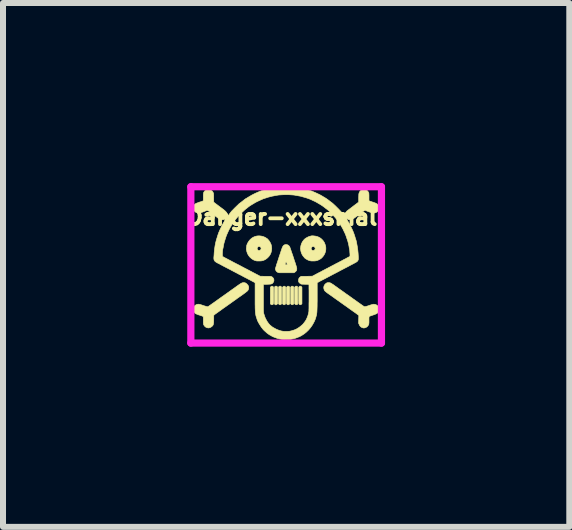
<source format=kicad_pcb>
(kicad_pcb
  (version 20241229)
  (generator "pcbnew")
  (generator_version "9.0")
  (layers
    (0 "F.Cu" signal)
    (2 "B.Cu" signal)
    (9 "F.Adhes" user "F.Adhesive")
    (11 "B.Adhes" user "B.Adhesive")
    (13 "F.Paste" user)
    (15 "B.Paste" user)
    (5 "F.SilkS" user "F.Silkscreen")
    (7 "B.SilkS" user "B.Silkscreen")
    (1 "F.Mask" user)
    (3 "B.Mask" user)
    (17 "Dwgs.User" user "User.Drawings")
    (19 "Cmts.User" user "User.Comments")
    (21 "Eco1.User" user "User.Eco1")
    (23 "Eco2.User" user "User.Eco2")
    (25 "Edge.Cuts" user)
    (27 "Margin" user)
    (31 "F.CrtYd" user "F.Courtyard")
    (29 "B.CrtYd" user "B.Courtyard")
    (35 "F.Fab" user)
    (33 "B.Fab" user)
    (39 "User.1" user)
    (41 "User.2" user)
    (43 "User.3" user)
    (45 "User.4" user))
  (footprint "Danger-xxxsmall"
    (layer "F.Cu")
    (at 1.715 1.33)
    (property "Reference" "Danger-xxxsmall" (at 0 -0.762 0) (layer "F.SilkS") (effects (font (size 0.254 0.254) (thickness 0.064))))
    (attr through_hole)
    (fp_poly (pts (xy -0.094 0.386) (xy -0.086 0.391) (xy -0.085 0.392) (xy -0.076 0.4) (xy -0.076 0.679) (xy -0.084 0.687) (xy -0.095 0.694) (xy -0.105 0.695) (xy -0.116 0.69) (xy -0.119 0.687) (xy -0.127 0.679) (xy -0.127 0.4) (xy -0.118 0.392) (xy -0.11 0.387) (xy -0.103 0.384) (xy -0.101 0.384) (xy -0.094 0.386)) (stroke (width 0.01) (type solid)) (fill yes) (layer "F.SilkS"))
    (fp_poly (pts (xy 0.036 0.385) (xy 0.048 0.39) (xy 0.054 0.395) (xy 0.06 0.404) (xy 0.06 0.678) (xy 0.052 0.687) (xy 0.041 0.694) (xy 0.03 0.696) (xy 0.02 0.692) (xy 0.014 0.686) (xy 0.006 0.677) (xy 0.006 0.405) (xy 0.016 0.394) (xy 0.022 0.388) (xy 0.027 0.385) (xy 0.034 0.385) (xy 0.036 0.385)) (stroke (width 0.01) (type solid)) (fill yes) (layer "F.SilkS"))
    (fp_poly (pts (xy 0.103 0.385) (xy 0.113 0.389) (xy 0.12 0.394) (xy 0.127 0.4) (xy 0.127 0.68) (xy 0.118 0.688) (xy 0.11 0.693) (xy 0.103 0.695) (xy 0.101 0.695) (xy 0.094 0.694) (xy 0.086 0.689) (xy 0.085 0.688) (xy 0.076 0.68) (xy 0.076 0.4) (xy 0.085 0.392) (xy 0.091 0.386) (xy 0.098 0.385) (xy 0.103 0.385)) (stroke (width 0.01) (type solid)) (fill yes) (layer "F.SilkS"))
    (fp_poly (pts (xy 0.237 0.385) (xy 0.238 0.385) (xy 0.25 0.39) (xy 0.256 0.395) (xy 0.263 0.404) (xy 0.263 0.541) (xy 0.263 0.678) (xy 0.254 0.687) (xy 0.244 0.694) (xy 0.234 0.695) (xy 0.223 0.691) (xy 0.216 0.686) (xy 0.212 0.68) (xy 0.211 0.676) (xy 0.21 0.665) (xy 0.21 0.649) (xy 0.209 0.628) (xy 0.209 0.601) (xy 0.209 0.569) (xy 0.209 0.539) (xy 0.209 0.403) (xy 0.218 0.393) (xy 0.224 0.387) (xy 0.23 0.385) (xy 0.237 0.385)) (stroke (width 0.01) (type solid)) (fill yes) (layer "F.SilkS"))
    (fp_poly (pts (xy 0.172 0.385) (xy 0.177 0.386) (xy 0.181 0.387) (xy 0.184 0.388) (xy 0.187 0.391) (xy 0.189 0.396) (xy 0.19 0.402) (xy 0.192 0.412) (xy 0.192 0.424) (xy 0.193 0.44) (xy 0.193 0.461) (xy 0.193 0.486) (xy 0.193 0.516) (xy 0.193 0.542) (xy 0.194 0.683) (xy 0.186 0.689) (xy 0.174 0.695) (xy 0.163 0.694) (xy 0.152 0.688) (xy 0.151 0.687) (xy 0.142 0.678) (xy 0.142 0.402) (xy 0.151 0.392) (xy 0.158 0.387) (xy 0.164 0.385) (xy 0.172 0.385)) (stroke (width 0.01) (type solid)) (fill yes) (layer "F.SilkS"))
    (fp_poly (pts (xy -0.158 0.387) (xy -0.151 0.392) (xy -0.142 0.402) (xy -0.142 0.677) (xy -0.151 0.686) (xy -0.161 0.694) (xy -0.171 0.697) (xy -0.175 0.696) (xy -0.181 0.693) (xy -0.187 0.689) (xy -0.194 0.682) (xy -0.194 0.541) (xy -0.194 0.507) (xy -0.193 0.478) (xy -0.193 0.454) (xy -0.193 0.435) (xy -0.192 0.42) (xy -0.192 0.409) (xy -0.19 0.4) (xy -0.189 0.394) (xy -0.186 0.39) (xy -0.183 0.388) (xy -0.18 0.386) (xy -0.176 0.386) (xy -0.172 0.385) (xy -0.164 0.385) (xy -0.158 0.387)) (stroke (width 0.01) (type solid)) (fill yes) (layer "F.SilkS"))
    (fp_poly (pts (xy -0.029 0.385) (xy -0.021 0.389) (xy -0.013 0.395) (xy -0.013 0.395) (xy -0.006 0.404) (xy -0.006 0.538) (xy -0.006 0.57) (xy -0.006 0.598) (xy -0.006 0.62) (xy -0.007 0.638) (xy -0.007 0.652) (xy -0.007 0.662) (xy -0.008 0.67) (xy -0.009 0.675) (xy -0.01 0.679) (xy -0.011 0.68) (xy -0.018 0.69) (xy -0.028 0.695) (xy -0.039 0.695) (xy -0.049 0.69) (xy -0.053 0.686) (xy -0.06 0.677) (xy -0.06 0.403) (xy -0.049 0.393) (xy -0.042 0.387) (xy -0.035 0.385) (xy -0.029 0.385)) (stroke (width 0.01) (type solid)) (fill yes) (layer "F.SilkS"))
    (fp_poly (pts (xy -0.233 0.385) (xy -0.232 0.385) (xy -0.22 0.39) (xy -0.215 0.396) (xy -0.213 0.398) (xy -0.212 0.401) (xy -0.211 0.404) (xy -0.21 0.409) (xy -0.21 0.416) (xy -0.209 0.426) (xy -0.209 0.439) (xy -0.209 0.455) (xy -0.209 0.476) (xy -0.209 0.502) (xy -0.209 0.533) (xy -0.209 0.538) (xy -0.209 0.572) (xy -0.209 0.6) (xy -0.209 0.623) (xy -0.209 0.642) (xy -0.21 0.657) (xy -0.211 0.668) (xy -0.212 0.676) (xy -0.214 0.682) (xy -0.216 0.686) (xy -0.219 0.689) (xy -0.222 0.691) (xy -0.226 0.693) (xy -0.238 0.695) (xy -0.248 0.693) (xy -0.255 0.687) (xy -0.263 0.679) (xy -0.263 0.403) (xy -0.253 0.393) (xy -0.246 0.387) (xy -0.24 0.385) (xy -0.233 0.385)) (stroke (width 0.01) (type solid)) (fill yes) (layer "F.SilkS"))
    (fp_poly (pts (xy -0.41 -0.448) (xy -0.38 -0.44) (xy -0.351 -0.428) (xy -0.335 -0.418) (xy -0.324 -0.411) (xy -0.315 -0.405) (xy -0.309 -0.4) (xy -0.308 -0.399) (xy -0.284 -0.371) (xy -0.266 -0.342) (xy -0.252 -0.313) (xy -0.244 -0.283) (xy -0.241 -0.25) (xy -0.24 -0.24) (xy -0.244 -0.206) (xy -0.252 -0.172) (xy -0.266 -0.141) (xy -0.285 -0.113) (xy -0.309 -0.087) (xy -0.337 -0.065) (xy -0.342 -0.062) (xy -0.364 -0.05) (xy -0.386 -0.041) (xy -0.41 -0.036) (xy -0.436 -0.034) (xy -0.452 -0.034) (xy -0.467 -0.034) (xy -0.48 -0.034) (xy -0.49 -0.035) (xy -0.494 -0.035) (xy -0.503 -0.038) (xy -0.514 -0.041) (xy -0.526 -0.045) (xy -0.536 -0.049) (xy -0.542 -0.052) (xy -0.543 -0.052) (xy -0.575 -0.072) (xy -0.602 -0.096) (xy -0.624 -0.123) (xy -0.642 -0.154) (xy -0.645 -0.161) (xy -0.655 -0.191) (xy -0.661 -0.224) (xy -0.661 -0.247) (xy -0.482 -0.247) (xy -0.482 -0.234) (xy -0.476 -0.221) (xy -0.473 -0.217) (xy -0.462 -0.21) (xy -0.45 -0.208) (xy -0.438 -0.212) (xy -0.428 -0.219) (xy -0.421 -0.226) (xy -0.418 -0.233) (xy -0.417 -0.242) (xy -0.417 -0.242) (xy -0.42 -0.256) (xy -0.426 -0.266) (xy -0.436 -0.272) (xy -0.447 -0.275) (xy -0.459 -0.274) (xy -0.47 -0.268) (xy -0.477 -0.26) (xy -0.482 -0.247) (xy -0.661 -0.247) (xy -0.661 -0.257) (xy -0.657 -0.288) (xy -0.656 -0.295) (xy -0.647 -0.32) (xy -0.633 -0.346) (xy -0.616 -0.371) (xy -0.597 -0.393) (xy -0.575 -0.412) (xy -0.568 -0.417) (xy -0.554 -0.426) (xy -0.542 -0.432) (xy -0.531 -0.437) (xy -0.517 -0.442) (xy -0.5 -0.447) (xy -0.497 -0.448) (xy -0.47 -0.452) (xy -0.44 -0.452) (xy -0.41 -0.448)) (stroke (width 0.01) (type solid)) (fill yes) (layer "F.SilkS"))
    (fp_poly (pts (xy 0.457 -0.452) (xy 0.458 -0.452) (xy 0.495 -0.447) (xy 0.529 -0.437) (xy 0.56 -0.422) (xy 0.587 -0.402) (xy 0.612 -0.377) (xy 0.632 -0.348) (xy 0.64 -0.333) (xy 0.652 -0.3) (xy 0.66 -0.266) (xy 0.661 -0.232) (xy 0.657 -0.198) (xy 0.647 -0.166) (xy 0.632 -0.135) (xy 0.612 -0.107) (xy 0.605 -0.099) (xy 0.595 -0.089) (xy 0.586 -0.08) (xy 0.579 -0.074) (xy 0.576 -0.072) (xy 0.57 -0.068) (xy 0.56 -0.063) (xy 0.55 -0.057) (xy 0.55 -0.057) (xy 0.528 -0.046) (xy 0.506 -0.039) (xy 0.482 -0.035) (xy 0.454 -0.034) (xy 0.447 -0.034) (xy 0.429 -0.034) (xy 0.415 -0.035) (xy 0.403 -0.037) (xy 0.392 -0.04) (xy 0.389 -0.041) (xy 0.376 -0.045) (xy 0.363 -0.05) (xy 0.355 -0.054) (xy 0.346 -0.059) (xy 0.336 -0.065) (xy 0.325 -0.072) (xy 0.315 -0.079) (xy 0.308 -0.085) (xy 0.303 -0.089) (xy 0.302 -0.09) (xy 0.301 -0.094) (xy 0.296 -0.1) (xy 0.289 -0.108) (xy 0.287 -0.11) (xy 0.278 -0.122) (xy 0.268 -0.138) (xy 0.26 -0.153) (xy 0.248 -0.186) (xy 0.241 -0.22) (xy 0.24 -0.241) (xy 0.417 -0.241) (xy 0.418 -0.231) (xy 0.421 -0.224) (xy 0.426 -0.218) (xy 0.427 -0.217) (xy 0.435 -0.211) (xy 0.443 -0.209) (xy 0.45 -0.209) (xy 0.459 -0.209) (xy 0.466 -0.213) (xy 0.474 -0.219) (xy 0.482 -0.231) (xy 0.484 -0.243) (xy 0.48 -0.256) (xy 0.479 -0.257) (xy 0.471 -0.268) (xy 0.46 -0.274) (xy 0.447 -0.275) (xy 0.435 -0.271) (xy 0.424 -0.263) (xy 0.423 -0.262) (xy 0.419 -0.253) (xy 0.417 -0.241) (xy 0.24 -0.241) (xy 0.24 -0.254) (xy 0.245 -0.288) (xy 0.255 -0.321) (xy 0.27 -0.352) (xy 0.291 -0.381) (xy 0.308 -0.399) (xy 0.323 -0.411) (xy 0.343 -0.423) (xy 0.364 -0.434) (xy 0.386 -0.443) (xy 0.394 -0.445) (xy 0.409 -0.449) (xy 0.42 -0.452) (xy 0.43 -0.453) (xy 0.442 -0.453) (xy 0.457 -0.452)) (stroke (width 0.01) (type solid)) (fill yes) (layer "F.SilkS"))
    (fp_poly (pts (xy 0.014 -0.306) (xy 0.03 -0.3) (xy 0.045 -0.289) (xy 0.057 -0.274) (xy 0.061 -0.266) (xy 0.063 -0.261) (xy 0.067 -0.25) (xy 0.072 -0.235) (xy 0.079 -0.216) (xy 0.086 -0.193) (xy 0.095 -0.168) (xy 0.105 -0.14) (xy 0.115 -0.11) (xy 0.122 -0.089) (xy 0.133 -0.054) (xy 0.143 -0.024) (xy 0.152 0.001) (xy 0.158 0.022) (xy 0.164 0.039) (xy 0.168 0.053) (xy 0.171 0.064) (xy 0.174 0.073) (xy 0.175 0.081) (xy 0.176 0.087) (xy 0.177 0.092) (xy 0.177 0.096) (xy 0.176 0.108) (xy 0.175 0.116) (xy 0.173 0.123) (xy 0.168 0.13) (xy 0.16 0.14) (xy 0.149 0.149) (xy 0.144 0.153) (xy 0.129 0.162) (xy 0.009 0.162) (xy -0.017 0.162) (xy -0.042 0.162) (xy -0.065 0.162) (xy -0.085 0.162) (xy -0.101 0.162) (xy -0.112 0.162) (xy -0.119 0.161) (xy -0.119 0.161) (xy -0.138 0.156) (xy -0.154 0.146) (xy -0.167 0.132) (xy -0.175 0.116) (xy -0.179 0.098) (xy -0.179 0.096) (xy -0.178 0.091) (xy -0.175 0.081) (xy -0.171 0.066) (xy -0.165 0.048) (xy -0.159 0.026) (xy -0.018 0.026) (xy -0.015 0.029) (xy -0.007 0.03) (xy -0.001 0.03) (xy 0.01 0.03) (xy 0.016 0.028) (xy 0.017 0.026) (xy 0.017 0.022) (xy 0.015 0.013) (xy 0.011 0.003) (xy 0.008 -0.006) (xy 0.004 -0.014) (xy 0.001 -0.019) (xy 0 -0.02) (xy -0.002 -0.017) (xy -0.006 -0.01) (xy -0.01 -0.001) (xy -0.014 0.009) (xy -0.016 0.018) (xy -0.018 0.025) (xy -0.018 0.026) (xy -0.159 0.026) (xy -0.159 0.026) (xy -0.151 0.002) (xy -0.142 -0.025) (xy -0.133 -0.052) (xy -0.124 -0.081) (xy -0.115 -0.109) (xy -0.105 -0.138) (xy -0.096 -0.165) (xy -0.088 -0.19) (xy -0.08 -0.214) (xy -0.073 -0.234) (xy -0.067 -0.251) (xy -0.062 -0.263) (xy -0.059 -0.271) (xy -0.058 -0.271) (xy -0.048 -0.287) (xy -0.035 -0.299) (xy -0.019 -0.306) (xy -0.002 -0.308) (xy 0.014 -0.306)) (stroke (width 0.01) (type solid)) (fill yes) (layer "F.SilkS"))
    (fp_poly (pts (xy 1.318 -1.223) (xy 1.337 -1.216) (xy 1.353 -1.203) (xy 1.367 -1.185) (xy 1.371 -1.177) (xy 1.374 -1.172) (xy 1.376 -1.167) (xy 1.377 -1.161) (xy 1.378 -1.154) (xy 1.378 -1.145) (xy 1.379 -1.131) (xy 1.379 -1.114) (xy 1.379 -1.099) (xy 1.379 -1.037) (xy 1.389 -1.033) (xy 1.395 -1.03) (xy 1.406 -1.026) (xy 1.42 -1.022) (xy 1.436 -1.016) (xy 1.447 -1.013) (xy 1.464 -1.007) (xy 1.481 -1.001) (xy 1.495 -0.995) (xy 1.505 -0.991) (xy 1.509 -0.988) (xy 1.525 -0.975) (xy 1.537 -0.959) (xy 1.544 -0.94) (xy 1.547 -0.919) (xy 1.546 -0.899) (xy 1.539 -0.88) (xy 1.531 -0.868) (xy 1.519 -0.856) (xy 1.506 -0.846) (xy 1.495 -0.84) (xy 1.486 -0.837) (xy 1.473 -0.834) (xy 1.464 -0.833) (xy 1.456 -0.833) (xy 1.449 -0.832) (xy 1.442 -0.833) (xy 1.434 -0.835) (xy 1.423 -0.838) (xy 1.408 -0.843) (xy 1.392 -0.848) (xy 1.376 -0.854) (xy 1.36 -0.86) (xy 1.348 -0.864) (xy 1.339 -0.868) (xy 1.336 -0.87) (xy 1.33 -0.873) (xy 1.321 -0.876) (xy 1.319 -0.876) (xy 1.314 -0.876) (xy 1.31 -0.876) (xy 1.305 -0.874) (xy 1.298 -0.87) (xy 1.289 -0.863) (xy 1.276 -0.854) (xy 1.27 -0.849) (xy 1.256 -0.839) (xy 1.244 -0.83) (xy 1.234 -0.823) (xy 1.227 -0.818) (xy 1.226 -0.816) (xy 1.217 -0.81) (xy 1.206 -0.802) (xy 1.192 -0.791) (xy 1.177 -0.78) (xy 1.163 -0.77) (xy 1.151 -0.76) (xy 1.146 -0.757) (xy 1.124 -0.741) (xy 1.103 -0.73) (xy 1.082 -0.723) (xy 1.069 -0.722) (xy 1.057 -0.721) (xy 1.046 -0.722) (xy 1.039 -0.723) (xy 1.03 -0.727) (xy 1.019 -0.734) (xy 1.009 -0.743) (xy 1.003 -0.748) (xy 0.999 -0.754) (xy 0.993 -0.764) (xy 0.99 -0.77) (xy 0.986 -0.778) (xy 0.984 -0.784) (xy 0.983 -0.791) (xy 0.984 -0.8) (xy 0.985 -0.807) (xy 0.99 -0.829) (xy 0.997 -0.846) (xy 1.007 -0.86) (xy 1.011 -0.865) (xy 1.016 -0.869) (xy 1.025 -0.876) (xy 1.038 -0.886) (xy 1.054 -0.898) (xy 1.072 -0.912) (xy 1.092 -0.927) (xy 1.113 -0.943) (xy 1.115 -0.945) (xy 1.208 -1.015) (xy 1.208 -1.08) (xy 1.208 -1.099) (xy 1.209 -1.118) (xy 1.209 -1.134) (xy 1.21 -1.146) (xy 1.211 -1.154) (xy 1.211 -1.155) (xy 1.219 -1.178) (xy 1.231 -1.197) (xy 1.247 -1.211) (xy 1.266 -1.221) (xy 1.288 -1.225) (xy 1.296 -1.226) (xy 1.318 -1.223)) (stroke (width 0.01) (type solid)) (fill yes) (layer "F.SilkS"))
    (fp_poly (pts (xy -1.273 -1.223) (xy -1.252 -1.214) (xy -1.238 -1.204) (xy -1.229 -1.195) (xy -1.221 -1.183) (xy -1.214 -1.171) (xy -1.209 -1.16) (xy -1.209 -1.159) (xy -1.209 -1.153) (xy -1.208 -1.141) (xy -1.207 -1.126) (xy -1.207 -1.108) (xy -1.207 -1.088) (xy -1.207 -1.081) (xy -1.206 -1.014) (xy -1.189 -1) (xy -1.18 -0.993) (xy -1.168 -0.984) (xy -1.153 -0.973) (xy -1.139 -0.962) (xy -1.137 -0.961) (xy -1.123 -0.95) (xy -1.108 -0.939) (xy -1.095 -0.929) (xy -1.085 -0.922) (xy -1.084 -0.921) (xy -1.073 -0.913) (xy -1.06 -0.903) (xy -1.046 -0.893) (xy -1.041 -0.889) (xy -1.022 -0.873) (xy -1.006 -0.858) (xy -0.994 -0.843) (xy -0.986 -0.829) (xy -0.986 -0.827) (xy -0.983 -0.814) (xy -0.983 -0.798) (xy -0.986 -0.781) (xy -0.99 -0.768) (xy -0.99 -0.767) (xy -1 -0.752) (xy -1.012 -0.74) (xy -1.027 -0.729) (xy -1.042 -0.722) (xy -1.056 -0.72) (xy -1.056 -0.72) (xy -1.065 -0.721) (xy -1.076 -0.722) (xy -1.081 -0.723) (xy -1.099 -0.727) (xy -1.117 -0.736) (xy -1.136 -0.749) (xy -1.146 -0.757) (xy -1.158 -0.766) (xy -1.17 -0.775) (xy -1.17 -0.775) (xy -1.183 -0.784) (xy -1.197 -0.795) (xy -1.208 -0.803) (xy -1.233 -0.822) (xy -1.254 -0.838) (xy -1.271 -0.85) (xy -1.284 -0.86) (xy -1.295 -0.868) (xy -1.303 -0.873) (xy -1.31 -0.875) (xy -1.316 -0.877) (xy -1.321 -0.876) (xy -1.326 -0.875) (xy -1.331 -0.873) (xy -1.337 -0.869) (xy -1.338 -0.869) (xy -1.346 -0.866) (xy -1.358 -0.861) (xy -1.373 -0.855) (xy -1.39 -0.849) (xy -1.398 -0.846) (xy -1.416 -0.841) (xy -1.429 -0.837) (xy -1.439 -0.834) (xy -1.447 -0.833) (xy -1.454 -0.832) (xy -1.461 -0.833) (xy -1.463 -0.833) (xy -1.484 -0.837) (xy -1.502 -0.843) (xy -1.517 -0.854) (xy -1.52 -0.857) (xy -1.533 -0.87) (xy -1.541 -0.884) (xy -1.545 -0.899) (xy -1.547 -0.917) (xy -1.547 -0.918) (xy -1.546 -0.931) (xy -1.545 -0.941) (xy -1.542 -0.95) (xy -1.539 -0.957) (xy -1.533 -0.967) (xy -1.526 -0.975) (xy -1.517 -0.983) (xy -1.505 -0.99) (xy -1.49 -0.997) (xy -1.471 -1.004) (xy -1.447 -1.013) (xy -1.444 -1.014) (xy -1.426 -1.019) (xy -1.41 -1.025) (xy -1.397 -1.029) (xy -1.388 -1.033) (xy -1.383 -1.035) (xy -1.383 -1.035) (xy -1.381 -1.038) (xy -1.38 -1.044) (xy -1.379 -1.055) (xy -1.379 -1.07) (xy -1.379 -1.09) (xy -1.379 -1.099) (xy -1.379 -1.121) (xy -1.379 -1.137) (xy -1.378 -1.149) (xy -1.377 -1.158) (xy -1.376 -1.165) (xy -1.375 -1.17) (xy -1.373 -1.175) (xy -1.361 -1.195) (xy -1.346 -1.21) (xy -1.327 -1.22) (xy -1.306 -1.225) (xy -1.296 -1.226) (xy -1.273 -1.223)) (stroke (width 0.01) (type solid)) (fill yes) (layer "F.SilkS"))
    (fp_poly (pts (xy 0.716 0.327) (xy 0.73 0.329) (xy 0.738 0.332) (xy 0.746 0.336) (xy 0.758 0.343) (xy 0.771 0.352) (xy 0.786 0.361) (xy 0.8 0.371) (xy 0.806 0.376) (xy 0.817 0.384) (xy 0.832 0.394) (xy 0.849 0.406) (xy 0.867 0.42) (xy 0.886 0.433) (xy 0.904 0.446) (xy 0.919 0.456) (xy 0.93 0.464) (xy 0.942 0.473) (xy 0.954 0.481) (xy 0.963 0.487) (xy 0.966 0.49) (xy 0.973 0.495) (xy 0.983 0.502) (xy 0.995 0.511) (xy 1.002 0.516) (xy 1.014 0.524) (xy 1.029 0.534) (xy 1.046 0.546) (xy 1.063 0.558) (xy 1.07 0.564) (xy 1.086 0.575) (xy 1.1 0.585) (xy 1.113 0.595) (xy 1.124 0.602) (xy 1.128 0.605) (xy 1.14 0.613) (xy 1.152 0.622) (xy 1.162 0.629) (xy 1.169 0.634) (xy 1.172 0.637) (xy 1.18 0.642) (xy 1.19 0.649) (xy 1.197 0.655) (xy 1.21 0.663) (xy 1.225 0.674) (xy 1.242 0.686) (xy 1.258 0.697) (xy 1.26 0.699) (xy 1.274 0.709) (xy 1.287 0.717) (xy 1.297 0.723) (xy 1.304 0.727) (xy 1.306 0.728) (xy 1.312 0.727) (xy 1.324 0.724) (xy 1.341 0.72) (xy 1.363 0.713) (xy 1.378 0.708) (xy 1.402 0.7) (xy 1.422 0.694) (xy 1.437 0.69) (xy 1.448 0.687) (xy 1.457 0.686) (xy 1.459 0.686) (xy 1.482 0.689) (xy 1.503 0.697) (xy 1.522 0.71) (xy 1.536 0.727) (xy 1.54 0.733) (xy 1.544 0.745) (xy 1.546 0.761) (xy 1.547 0.777) (xy 1.545 0.793) (xy 1.542 0.805) (xy 1.541 0.807) (xy 1.534 0.818) (xy 1.527 0.827) (xy 1.519 0.834) (xy 1.509 0.841) (xy 1.495 0.848) (xy 1.478 0.855) (xy 1.456 0.863) (xy 1.438 0.869) (xy 1.421 0.875) (xy 1.406 0.88) (xy 1.394 0.885) (xy 1.386 0.888) (xy 1.383 0.889) (xy 1.381 0.892) (xy 1.38 0.897) (xy 1.38 0.906) (xy 1.379 0.919) (xy 1.379 0.937) (xy 1.379 0.953) (xy 1.379 0.974) (xy 1.379 0.989) (xy 1.378 1.001) (xy 1.377 1.01) (xy 1.376 1.016) (xy 1.375 1.022) (xy 1.372 1.028) (xy 1.372 1.029) (xy 1.36 1.048) (xy 1.344 1.064) (xy 1.324 1.075) (xy 1.32 1.076) (xy 1.306 1.08) (xy 1.296 1.082) (xy 1.287 1.081) (xy 1.277 1.079) (xy 1.275 1.078) (xy 1.254 1.07) (xy 1.238 1.058) (xy 1.225 1.042) (xy 1.216 1.023) (xy 1.206 1.001) (xy 1.208 0.936) (xy 1.21 0.872) (xy 1.197 0.862) (xy 1.188 0.856) (xy 1.176 0.847) (xy 1.16 0.835) (xy 1.142 0.822) (xy 1.123 0.809) (xy 1.103 0.795) (xy 1.084 0.781) (xy 1.067 0.769) (xy 1.058 0.763) (xy 1.046 0.754) (xy 1.034 0.746) (xy 1.026 0.74) (xy 1.021 0.736) (xy 1.02 0.735) (xy 1.017 0.733) (xy 1.009 0.727) (xy 0.999 0.721) (xy 0.993 0.716) (xy 0.983 0.709) (xy 0.974 0.703) (xy 0.968 0.699) (xy 0.966 0.698) (xy 0.961 0.694) (xy 0.953 0.688) (xy 0.942 0.68) (xy 0.929 0.671) (xy 0.916 0.662) (xy 0.905 0.653) (xy 0.895 0.647) (xy 0.887 0.641) (xy 0.875 0.632) (xy 0.86 0.622) (xy 0.843 0.61) (xy 0.825 0.597) (xy 0.813 0.589) (xy 0.793 0.574) (xy 0.772 0.559) (xy 0.751 0.544) (xy 0.731 0.53) (xy 0.715 0.519) (xy 0.709 0.515) (xy 0.688 0.5) (xy 0.671 0.487) (xy 0.658 0.476) (xy 0.648 0.468) (xy 0.642 0.46) (xy 0.637 0.453) (xy 0.636 0.451) (xy 0.628 0.428) (xy 0.626 0.405) (xy 0.63 0.384) (xy 0.639 0.365) (xy 0.653 0.348) (xy 0.672 0.334) (xy 0.676 0.331) (xy 0.687 0.328) (xy 0.701 0.327) (xy 0.716 0.327)) (stroke (width 0.01) (type solid)) (fill yes) (layer "F.SilkS"))
    (fp_poly (pts (xy -0.691 0.328) (xy -0.679 0.331) (xy -0.667 0.338) (xy -0.654 0.349) (xy -0.651 0.352) (xy -0.635 0.37) (xy -0.626 0.389) (xy -0.623 0.408) (xy -0.625 0.428) (xy -0.63 0.442) (xy -0.632 0.447) (xy -0.635 0.452) (xy -0.638 0.457) (xy -0.642 0.462) (xy -0.648 0.467) (xy -0.655 0.474) (xy -0.665 0.481) (xy -0.677 0.491) (xy -0.692 0.502) (xy -0.711 0.516) (xy -0.733 0.532) (xy -0.76 0.551) (xy -0.779 0.564) (xy -0.795 0.575) (xy -0.815 0.589) (xy -0.837 0.606) (xy -0.862 0.623) (xy -0.887 0.641) (xy -0.911 0.658) (xy -0.925 0.668) (xy -0.938 0.678) (xy -0.95 0.686) (xy -0.96 0.693) (xy -0.966 0.697) (xy -0.967 0.698) (xy -0.972 0.701) (xy -0.98 0.707) (xy -0.99 0.714) (xy -0.993 0.717) (xy -1.004 0.724) (xy -1.013 0.73) (xy -1.019 0.735) (xy -1.02 0.736) (xy -1.024 0.739) (xy -1.033 0.744) (xy -1.044 0.752) (xy -1.057 0.762) (xy -1.062 0.765) (xy -1.077 0.776) (xy -1.096 0.79) (xy -1.116 0.804) (xy -1.134 0.817) (xy -1.14 0.821) (xy -1.155 0.832) (xy -1.169 0.842) (xy -1.182 0.851) (xy -1.191 0.858) (xy -1.195 0.861) (xy -1.206 0.872) (xy -1.206 0.936) (xy -1.207 0.963) (xy -1.207 0.985) (xy -1.209 1.002) (xy -1.211 1.016) (xy -1.215 1.028) (xy -1.219 1.037) (xy -1.225 1.045) (xy -1.233 1.053) (xy -1.253 1.068) (xy -1.272 1.077) (xy -1.292 1.081) (xy -1.313 1.078) (xy -1.321 1.076) (xy -1.341 1.066) (xy -1.358 1.051) (xy -1.371 1.032) (xy -1.372 1.03) (xy -1.374 1.024) (xy -1.376 1.019) (xy -1.377 1.013) (xy -1.378 1.005) (xy -1.379 0.995) (xy -1.379 0.98) (xy -1.379 0.961) (xy -1.379 0.954) (xy -1.379 0.932) (xy -1.379 0.915) (xy -1.38 0.903) (xy -1.381 0.896) (xy -1.382 0.891) (xy -1.383 0.889) (xy -1.387 0.887) (xy -1.396 0.884) (xy -1.408 0.879) (xy -1.424 0.874) (xy -1.438 0.869) (xy -1.461 0.862) (xy -1.478 0.855) (xy -1.492 0.85) (xy -1.502 0.846) (xy -1.51 0.841) (xy -1.516 0.837) (xy -1.521 0.832) (xy -1.524 0.83) (xy -1.535 0.817) (xy -1.542 0.805) (xy -1.545 0.792) (xy -1.547 0.777) (xy -1.547 0.773) (xy -1.546 0.757) (xy -1.544 0.746) (xy -1.541 0.736) (xy -1.54 0.735) (xy -1.528 0.717) (xy -1.512 0.702) (xy -1.493 0.692) (xy -1.485 0.689) (xy -1.475 0.687) (xy -1.466 0.686) (xy -1.456 0.686) (xy -1.445 0.688) (xy -1.431 0.691) (xy -1.414 0.696) (xy -1.393 0.703) (xy -1.379 0.708) (xy -1.353 0.716) (xy -1.333 0.722) (xy -1.318 0.726) (xy -1.308 0.728) (xy -1.306 0.728) (xy -1.3 0.725) (xy -1.291 0.72) (xy -1.28 0.712) (xy -1.266 0.703) (xy -1.257 0.696) (xy -1.241 0.685) (xy -1.226 0.674) (xy -1.211 0.664) (xy -1.2 0.656) (xy -1.196 0.653) (xy -1.184 0.645) (xy -1.176 0.639) (xy -1.169 0.634) (xy -1.161 0.629) (xy -1.155 0.624) (xy -1.147 0.618) (xy -1.137 0.611) (xy -1.124 0.602) (xy -1.117 0.597) (xy -1.106 0.589) (xy -1.091 0.578) (xy -1.074 0.566) (xy -1.057 0.554) (xy -1.049 0.549) (xy -1.033 0.537) (xy -1.016 0.525) (xy -1 0.514) (xy -0.986 0.504) (xy -0.981 0.5) (xy -0.968 0.491) (xy -0.955 0.482) (xy -0.943 0.473) (xy -0.939 0.47) (xy -0.929 0.463) (xy -0.916 0.454) (xy -0.903 0.444) (xy -0.897 0.44) (xy -0.885 0.432) (xy -0.869 0.421) (xy -0.853 0.409) (xy -0.836 0.397) (xy -0.831 0.393) (xy -0.807 0.376) (xy -0.787 0.362) (xy -0.77 0.351) (xy -0.757 0.342) (xy -0.746 0.336) (xy -0.736 0.332) (xy -0.728 0.329) (xy -0.72 0.327) (xy -0.711 0.327) (xy -0.706 0.327) (xy -0.691 0.328)) (stroke (width 0.01) (type solid)) (fill yes) (layer "F.SilkS"))
    (fp_poly (pts (xy 0.025 -1.274) (xy 0.051 -1.274) (xy 0.064 -1.273) (xy 0.085 -1.272) (xy 0.106 -1.271) (xy 0.124 -1.27) (xy 0.138 -1.269) (xy 0.148 -1.268) (xy 0.153 -1.267) (xy 0.16 -1.266) (xy 0.171 -1.263) (xy 0.184 -1.261) (xy 0.192 -1.26) (xy 0.227 -1.254) (xy 0.257 -1.248) (xy 0.284 -1.242) (xy 0.309 -1.235) (xy 0.333 -1.228) (xy 0.354 -1.222) (xy 0.36 -1.22) (xy 0.37 -1.217) (xy 0.383 -1.213) (xy 0.393 -1.209) (xy 0.409 -1.204) (xy 0.426 -1.198) (xy 0.441 -1.192) (xy 0.447 -1.189) (xy 0.457 -1.185) (xy 0.465 -1.181) (xy 0.47 -1.179) (xy 0.47 -1.179) (xy 0.474 -1.178) (xy 0.481 -1.175) (xy 0.492 -1.17) (xy 0.506 -1.163) (xy 0.521 -1.156) (xy 0.537 -1.149) (xy 0.54 -1.147) (xy 0.555 -1.14) (xy 0.569 -1.133) (xy 0.582 -1.125) (xy 0.597 -1.117) (xy 0.615 -1.106) (xy 0.621 -1.102) (xy 0.634 -1.095) (xy 0.645 -1.088) (xy 0.655 -1.082) (xy 0.657 -1.081) (xy 0.664 -1.077) (xy 0.676 -1.068) (xy 0.692 -1.057) (xy 0.713 -1.041) (xy 0.737 -1.022) (xy 0.767 -1) (xy 0.772 -0.996) (xy 0.78 -0.989) (xy 0.792 -0.978) (xy 0.806 -0.965) (xy 0.822 -0.95) (xy 0.839 -0.933) (xy 0.856 -0.916) (xy 0.872 -0.9) (xy 0.887 -0.884) (xy 0.9 -0.87) (xy 0.91 -0.859) (xy 0.916 -0.853) (xy 0.931 -0.834) (xy 0.943 -0.818) (xy 0.953 -0.806) (xy 0.959 -0.798) (xy 0.962 -0.795) (xy 0.967 -0.789) (xy 0.975 -0.778) (xy 0.984 -0.764) (xy 0.995 -0.747) (xy 1.008 -0.729) (xy 1.02 -0.709) (xy 1.032 -0.689) (xy 1.044 -0.67) (xy 1.054 -0.652) (xy 1.062 -0.637) (xy 1.068 -0.625) (xy 1.082 -0.597) (xy 1.094 -0.572) (xy 1.103 -0.552) (xy 1.111 -0.534) (xy 1.118 -0.517) (xy 1.124 -0.501) (xy 1.13 -0.485) (xy 1.136 -0.467) (xy 1.142 -0.448) (xy 1.145 -0.44) (xy 1.15 -0.422) (xy 1.155 -0.406) (xy 1.159 -0.393) (xy 1.163 -0.383) (xy 1.164 -0.378) (xy 1.166 -0.371) (xy 1.169 -0.36) (xy 1.17 -0.352) (xy 1.173 -0.34) (xy 1.175 -0.328) (xy 1.176 -0.322) (xy 1.186 -0.267) (xy 1.193 -0.215) (xy 1.198 -0.167) (xy 1.201 -0.12) (xy 1.202 -0.093) (xy 1.202 -0.076) (xy 1.202 -0.065) (xy 1.201 -0.057) (xy 1.199 -0.051) (xy 1.197 -0.046) (xy 1.194 -0.04) (xy 1.194 -0.04) (xy 1.189 -0.033) (xy 1.183 -0.027) (xy 1.175 -0.02) (xy 1.165 -0.014) (xy 1.152 -0.006) (xy 1.134 0.003) (xy 1.126 0.008) (xy 1.11 0.016) (xy 1.093 0.025) (xy 1.077 0.033) (xy 1.064 0.04) (xy 1.063 0.041) (xy 1.016 0.066) (xy 0.965 0.092) (xy 0.939 0.106) (xy 0.923 0.114) (xy 0.908 0.122) (xy 0.894 0.129) (xy 0.884 0.135) (xy 0.881 0.136) (xy 0.873 0.141) (xy 0.861 0.147) (xy 0.846 0.155) (xy 0.831 0.163) (xy 0.827 0.165) (xy 0.796 0.181) (xy 0.767 0.196) (xy 0.741 0.21) (xy 0.718 0.222) (xy 0.701 0.231) (xy 0.697 0.233) (xy 0.686 0.239) (xy 0.672 0.246) (xy 0.656 0.255) (xy 0.639 0.263) (xy 0.637 0.265) (xy 0.607 0.28) (xy 0.582 0.293) (xy 0.562 0.303) (xy 0.547 0.312) (xy 0.536 0.318) (xy 0.528 0.322) (xy 0.525 0.324) (xy 0.517 0.33) (xy 0.517 0.534) (xy 0.517 0.587) (xy 0.517 0.634) (xy 0.516 0.676) (xy 0.516 0.713) (xy 0.515 0.746) (xy 0.514 0.774) (xy 0.513 0.798) (xy 0.512 0.818) (xy 0.51 0.835) (xy 0.508 0.849) (xy 0.506 0.861) (xy 0.505 0.866) (xy 0.498 0.892) (xy 0.492 0.913) (xy 0.486 0.932) (xy 0.479 0.949) (xy 0.472 0.966) (xy 0.463 0.984) (xy 0.463 0.985) (xy 0.436 1.033) (xy 0.406 1.076) (xy 0.372 1.116) (xy 0.351 1.136) (xy 0.338 1.149) (xy 0.324 1.16) (xy 0.312 1.17) (xy 0.302 1.178) (xy 0.299 1.18) (xy 0.281 1.192) (xy 0.267 1.201) (xy 0.256 1.207) (xy 0.247 1.213) (xy 0.24 1.217) (xy 0.233 1.22) (xy 0.229 1.222) (xy 0.22 1.227) (xy 0.213 1.23) (xy 0.21 1.231) (xy 0.206 1.232) (xy 0.199 1.235) (xy 0.196 1.236) (xy 0.176 1.244) (xy 0.157 1.251) (xy 0.138 1.257) (xy 0.116 1.262) (xy 0.09 1.267) (xy 0.077 1.27) (xy 0.069 1.271) (xy 0.056 1.272) (xy 0.04 1.273) (xy 0.022 1.273) (xy 0.003 1.274) (xy -0.014 1.274) (xy -0.03 1.275) (xy -0.041 1.274) (xy -0.047 1.274) (xy -0.065 1.272) (xy -0.085 1.268) (xy -0.104 1.265) (xy -0.123 1.261) (xy -0.139 1.257) (xy -0.152 1.253) (xy -0.157 1.251) (xy -0.164 1.248) (xy -0.172 1.245) (xy -0.181 1.242) (xy -0.194 1.237) (xy -0.197 1.236) (xy -0.215 1.229) (xy -0.234 1.22) (xy -0.251 1.21) (xy -0.257 1.206) (xy -0.264 1.202) (xy -0.267 1.2) (xy -0.267 1.2) (xy -0.272 1.199) (xy -0.279 1.194) (xy -0.29 1.187) (xy -0.301 1.179) (xy -0.313 1.17) (xy -0.324 1.162) (xy -0.33 1.156) (xy -0.341 1.146) (xy -0.352 1.136) (xy -0.362 1.128) (xy -0.363 1.126) (xy -0.379 1.111) (xy -0.395 1.091) (xy -0.413 1.068) (xy -0.43 1.042) (xy -0.446 1.016) (xy -0.461 0.991) (xy -0.473 0.967) (xy -0.482 0.945) (xy -0.484 0.939) (xy -0.488 0.926) (xy -0.492 0.913) (xy -0.495 0.904) (xy -0.498 0.895) (xy -0.5 0.888) (xy -0.501 0.886) (xy -0.504 0.874) (xy -0.506 0.862) (xy -0.508 0.85) (xy -0.51 0.838) (xy -0.512 0.824) (xy -0.513 0.808) (xy -0.514 0.79) (xy -0.515 0.77) (xy -0.516 0.746) (xy -0.516 0.719) (xy -0.517 0.688) (xy -0.517 0.652) (xy -0.517 0.612) (xy -0.517 0.566) (xy -0.517 0.55) (xy -0.517 0.33) (xy -0.525 0.324) (xy -0.53 0.321) (xy -0.537 0.317) (xy -0.547 0.312) (xy -0.56 0.305) (xy -0.577 0.296) (xy -0.599 0.284) (xy -0.625 0.271) (xy -0.649 0.258) (xy -0.664 0.25) (xy -0.679 0.243) (xy -0.692 0.236) (xy -0.701 0.231) (xy -0.703 0.23) (xy -0.709 0.227) (xy -0.716 0.223) (xy -0.726 0.218) (xy -0.738 0.211) (xy -0.753 0.203) (xy -0.772 0.194) (xy -0.795 0.182) (xy -0.822 0.167) (xy -0.833 0.162) (xy -0.849 0.153) (xy -0.865 0.145) (xy -0.879 0.138) (xy -0.889 0.132) (xy -0.894 0.13) (xy -0.902 0.126) (xy -0.914 0.119) (xy -0.929 0.111) (xy -0.944 0.103) (xy -0.948 0.101) (xy -0.985 0.082) (xy -1.016 0.066) (xy -1.043 0.052) (xy -1.064 0.041) (xy -1.072 0.036) (xy -1.083 0.031) (xy -1.097 0.023) (xy -1.113 0.014) (xy -1.13 0.006) (xy -1.132 0.005) (xy -1.153 -0.006) (xy -1.169 -0.016) (xy -1.18 -0.024) (xy -1.189 -0.033) (xy -1.195 -0.041) (xy -1.198 -0.047) (xy -1.2 -0.054) (xy -1.202 -0.06) (xy -1.203 -0.067) (xy -1.204 -0.077) (xy -1.204 -0.089) (xy -1.203 -0.106) (xy -1.202 -0.11) (xy -1.2 -0.139) (xy -1.062 -0.139) (xy -1.062 -0.126) (xy -1.062 -0.117) (xy -1.061 -0.112) (xy -1.057 -0.109) (xy -1.049 -0.104) (xy -1.038 -0.097) (xy -1.025 -0.09) (xy -1.023 -0.089) (xy -1.005 -0.08) (xy -0.986 -0.07) (xy -0.967 -0.06) (xy -0.956 -0.054) (xy -0.944 -0.048) (xy -0.931 -0.041) (xy -0.917 -0.034) (xy -0.901 -0.025) (xy -0.882 -0.015) (xy -0.859 -0.003) (xy -0.832 0.011) (xy -0.81 0.022) (xy -0.794 0.03) (xy -0.777 0.039) (xy -0.762 0.047) (xy -0.751 0.053) (xy -0.744 0.057) (xy -0.737 0.061) (xy -0.728 0.065) (xy -0.719 0.07) (xy -0.707 0.076) (xy -0.693 0.084) (xy -0.675 0.093) (xy -0.653 0.104) (xy -0.627 0.118) (xy -0.618 0.122) (xy -0.603 0.131) (xy -0.588 0.138) (xy -0.575 0.145) (xy -0.566 0.15) (xy -0.564 0.151) (xy -0.557 0.155) (xy -0.545 0.161) (xy -0.53 0.169) (xy -0.513 0.178) (xy -0.496 0.187) (xy -0.494 0.188) (xy -0.478 0.196) (xy -0.463 0.204) (xy -0.45 0.211) (xy -0.441 0.215) (xy -0.437 0.218) (xy -0.437 0.218) (xy -0.433 0.219) (xy -0.424 0.22) (xy -0.41 0.22) (xy -0.393 0.22) (xy -0.373 0.221) (xy -0.351 0.221) (xy -0.345 0.221) (xy -0.318 0.221) (xy -0.295 0.221) (xy -0.277 0.221) (xy -0.263 0.222) (xy -0.252 0.224) (xy -0.244 0.226) (xy -0.237 0.23) (xy -0.231 0.234) (xy -0.225 0.239) (xy -0.22 0.244) (xy -0.209 0.26) (xy -0.204 0.277) (xy -0.204 0.295) (xy -0.209 0.313) (xy -0.22 0.329) (xy -0.226 0.336) (xy -0.232 0.342) (xy -0.239 0.346) (xy -0.248 0.348) (xy -0.259 0.351) (xy -0.273 0.352) (xy -0.292 0.353) (xy -0.316 0.354) (xy -0.379 0.355) (xy -0.379 0.584) (xy -0.379 0.627) (xy -0.379 0.665) (xy -0.379 0.697) (xy -0.379 0.725) (xy -0.379 0.749) (xy -0.379 0.769) (xy -0.378 0.786) (xy -0.378 0.8) (xy -0.377 0.812) (xy -0.376 0.823) (xy -0.374 0.832) (xy -0.373 0.84) (xy -0.371 0.848) (xy -0.368 0.856) (xy -0.365 0.865) (xy -0.362 0.875) (xy -0.362 0.875) (xy -0.358 0.887) (xy -0.354 0.898) (xy -0.35 0.909) (xy -0.344 0.921) (xy -0.337 0.935) (xy -0.328 0.953) (xy -0.324 0.96) (xy -0.317 0.972) (xy -0.308 0.985) (xy -0.298 0.999) (xy -0.288 1.012) (xy -0.278 1.023) (xy -0.271 1.031) (xy -0.269 1.033) (xy -0.263 1.038) (xy -0.254 1.045) (xy -0.246 1.052) (xy -0.235 1.061) (xy -0.222 1.07) (xy -0.21 1.077) (xy -0.197 1.084) (xy -0.184 1.091) (xy -0.174 1.097) (xy -0.161 1.103) (xy -0.145 1.11) (xy -0.127 1.117) (xy -0.11 1.123) (xy -0.095 1.127) (xy -0.094 1.128) (xy -0.072 1.133) (xy -0.054 1.136) (xy -0.038 1.138) (xy -0.021 1.139) (xy -0.003 1.139) (xy 0.011 1.139) (xy 0.027 1.138) (xy 0.043 1.137) (xy 0.055 1.136) (xy 0.063 1.135) (xy 0.065 1.135) (xy 0.073 1.132) (xy 0.084 1.13) (xy 0.092 1.128) (xy 0.105 1.124) (xy 0.122 1.119) (xy 0.139 1.113) (xy 0.155 1.107) (xy 0.163 1.103) (xy 0.182 1.093) (xy 0.203 1.08) (xy 0.225 1.065) (xy 0.245 1.049) (xy 0.264 1.033) (xy 0.28 1.018) (xy 0.291 1.004) (xy 0.291 1.004) (xy 0.3 0.993) (xy 0.309 0.981) (xy 0.312 0.977) (xy 0.326 0.957) (xy 0.339 0.933) (xy 0.351 0.905) (xy 0.362 0.876) (xy 0.37 0.848) (xy 0.376 0.82) (xy 0.378 0.807) (xy 0.379 0.8) (xy 0.379 0.788) (xy 0.379 0.772) (xy 0.38 0.751) (xy 0.38 0.727) (xy 0.38 0.701) (xy 0.38 0.672) (xy 0.381 0.641) (xy 0.381 0.61) (xy 0.381 0.577) (xy 0.381 0.545) (xy 0.381 0.514) (xy 0.381 0.484) (xy 0.381 0.456) (xy 0.38 0.43) (xy 0.38 0.407) (xy 0.38 0.388) (xy 0.38 0.372) (xy 0.379 0.362) (xy 0.379 0.356) (xy 0.379 0.356) (xy 0.375 0.355) (xy 0.366 0.355) (xy 0.354 0.354) (xy 0.338 0.354) (xy 0.319 0.354) (xy 0.316 0.354) (xy 0.297 0.353) (xy 0.28 0.353) (xy 0.265 0.352) (xy 0.254 0.351) (xy 0.248 0.35) (xy 0.248 0.35) (xy 0.237 0.343) (xy 0.225 0.334) (xy 0.215 0.324) (xy 0.21 0.316) (xy 0.207 0.307) (xy 0.206 0.295) (xy 0.206 0.283) (xy 0.209 0.265) (xy 0.215 0.251) (xy 0.225 0.239) (xy 0.237 0.23) (xy 0.249 0.222) (xy 0.343 0.221) (xy 0.437 0.219) (xy 0.454 0.21) (xy 0.463 0.205) (xy 0.476 0.198) (xy 0.491 0.19) (xy 0.506 0.182) (xy 0.538 0.165) (xy 0.566 0.151) (xy 0.589 0.139) (xy 0.608 0.128) (xy 0.624 0.12) (xy 0.637 0.113) (xy 0.649 0.107) (xy 0.665 0.098) (xy 0.684 0.089) (xy 0.706 0.077) (xy 0.733 0.063) (xy 0.765 0.046) (xy 0.768 0.044) (xy 0.783 0.037) (xy 0.797 0.029) (xy 0.81 0.023) (xy 0.818 0.018) (xy 0.825 0.014) (xy 0.837 0.008) (xy 0.852 0.000374) (xy 0.869 -0.008) (xy 0.886 -0.017) (xy 0.887 -0.018) (xy 0.904 -0.027) (xy 0.919 -0.034) (xy 0.931 -0.041) (xy 0.94 -0.046) (xy 0.945 -0.048) (xy 0.945 -0.048) (xy 0.948 -0.05) (xy 0.956 -0.055) (xy 0.968 -0.061) (xy 0.983 -0.068) (xy 0.999 -0.077) (xy 1.002 -0.079) (xy 1.019 -0.088) (xy 1.034 -0.096) (xy 1.047 -0.102) (xy 1.056 -0.108) (xy 1.061 -0.111) (xy 1.061 -0.111) (xy 1.062 -0.113) (xy 1.063 -0.118) (xy 1.063 -0.125) (xy 1.063 -0.136) (xy 1.063 -0.151) (xy 1.061 -0.17) (xy 1.06 -0.188) (xy 1.059 -0.203) (xy 1.058 -0.216) (xy 1.057 -0.224) (xy 1.057 -0.227) (xy 1.055 -0.231) (xy 1.053 -0.239) (xy 1.051 -0.25) (xy 1.049 -0.261) (xy 1.048 -0.269) (xy 1.045 -0.286) (xy 1.041 -0.305) (xy 1.037 -0.325) (xy 1.032 -0.343) (xy 1.028 -0.358) (xy 1.027 -0.363) (xy 1.023 -0.375) (xy 1.018 -0.39) (xy 1.012 -0.407) (xy 1.006 -0.425) (xy 1.006 -0.426) (xy 1.001 -0.44) (xy 0.997 -0.452) (xy 0.993 -0.463) (xy 0.988 -0.474) (xy 0.983 -0.487) (xy 0.976 -0.503) (xy 0.967 -0.521) (xy 0.956 -0.544) (xy 0.953 -0.552) (xy 0.945 -0.567) (xy 0.935 -0.586) (xy 0.923 -0.606) (xy 0.91 -0.628) (xy 0.898 -0.649) (xy 0.886 -0.668) (xy 0.876 -0.683) (xy 0.871 -0.689) (xy 0.855 -0.711) (xy 0.836 -0.734) (xy 0.816 -0.758) (xy 0.794 -0.782) (xy 0.773 -0.806) (xy 0.751 -0.829) (xy 0.731 -0.85) (xy 0.712 -0.868) (xy 0.696 -0.882) (xy 0.689 -0.888) (xy 0.677 -0.897) (xy 0.663 -0.907) (xy 0.653 -0.915) (xy 0.629 -0.934) (xy 0.608 -0.949) (xy 0.589 -0.962) (xy 0.572 -0.973) (xy 0.556 -0.982) (xy 0.555 -0.983) (xy 0.542 -0.99) (xy 0.529 -0.998) (xy 0.52 -1.003) (xy 0.511 -1.009) (xy 0.497 -1.016) (xy 0.483 -1.024) (xy 0.472 -1.029) (xy 0.458 -1.035) (xy 0.446 -1.041) (xy 0.436 -1.045) (xy 0.431 -1.048) (xy 0.408 -1.059) (xy 0.385 -1.068) (xy 0.36 -1.077) (xy 0.333 -1.086) (xy 0.313 -1.092) (xy 0.298 -1.096) (xy 0.284 -1.1) (xy 0.273 -1.103) (xy 0.268 -1.105) (xy 0.258 -1.108) (xy 0.247 -1.111) (xy 0.233 -1.114) (xy 0.215 -1.117) (xy 0.197 -1.12) (xy 0.182 -1.123) (xy 0.168 -1.125) (xy 0.157 -1.127) (xy 0.154 -1.128) (xy 0.132 -1.132) (xy 0.106 -1.134) (xy 0.076 -1.136) (xy 0.043 -1.138) (xy 0.008 -1.138) (xy -0.027 -1.138) (xy -0.061 -1.137) (xy -0.093 -1.135) (xy -0.123 -1.133) (xy -0.148 -1.129) (xy -0.156 -1.128) (xy -0.164 -1.126) (xy -0.177 -1.124) (xy -0.193 -1.121) (xy -0.21 -1.117) (xy -0.219 -1.116) (xy -0.238 -1.112) (xy -0.258 -1.107) (xy -0.277 -1.102) (xy -0.293 -1.098) (xy -0.297 -1.097) (xy -0.313 -1.092) (xy -0.33 -1.086) (xy -0.345 -1.081) (xy -0.351 -1.08) (xy -0.361 -1.076) (xy -0.371 -1.073) (xy -0.38 -1.07) (xy -0.39 -1.066) (xy -0.402 -1.06) (xy -0.417 -1.054) (xy -0.434 -1.046) (xy -0.456 -1.036) (xy -0.48 -1.025) (xy -0.494 -1.018) (xy -0.511 -1.009) (xy -0.526 -1) (xy -0.528 -0.999) (xy -0.539 -0.992) (xy -0.548 -0.986) (xy -0.555 -0.983) (xy -0.556 -0.982) (xy -0.563 -0.978) (xy -0.57 -0.974) (xy -0.574 -0.971) (xy -0.575 -0.971) (xy -0.578 -0.968) (xy -0.585 -0.965) (xy -0.587 -0.963) (xy -0.596 -0.958) (xy -0.609 -0.949) (xy -0.623 -0.939) (xy -0.637 -0.928) (xy -0.64 -0.925) (xy -0.647 -0.92) (xy -0.656 -0.912) (xy -0.668 -0.904) (xy -0.673 -0.9) (xy -0.684 -0.89) (xy -0.698 -0.878) (xy -0.715 -0.862) (xy -0.733 -0.845) (xy -0.752 -0.826) (xy -0.77 -0.808) (xy -0.788 -0.79) (xy -0.803 -0.773) (xy -0.816 -0.758) (xy -0.826 -0.747) (xy -0.827 -0.746) (xy -0.836 -0.734) (xy -0.845 -0.723) (xy -0.852 -0.713) (xy -0.854 -0.711) (xy -0.865 -0.697) (xy -0.873 -0.687) (xy -0.879 -0.677) (xy -0.886 -0.667) (xy -0.894 -0.655) (xy -0.894 -0.654) (xy -0.901 -0.643) (xy -0.906 -0.634) (xy -0.91 -0.629) (xy -0.91 -0.627) (xy -0.912 -0.625) (xy -0.916 -0.618) (xy -0.921 -0.608) (xy -0.926 -0.602) (xy -0.934 -0.587) (xy -0.944 -0.569) (xy -0.952 -0.553) (xy -0.953 -0.551) (xy -0.959 -0.537) (xy -0.966 -0.524) (xy -0.971 -0.512) (xy -0.972 -0.51) (xy -0.987 -0.477) (xy -0.998 -0.449) (xy -1.006 -0.426) (xy -1.007 -0.423) (xy -1.011 -0.41) (xy -1.016 -0.394) (xy -1.021 -0.377) (xy -1.024 -0.369) (xy -1.029 -0.351) (xy -1.035 -0.331) (xy -1.039 -0.312) (xy -1.04 -0.305) (xy -1.045 -0.282) (xy -1.048 -0.263) (xy -1.051 -0.248) (xy -1.054 -0.236) (xy -1.056 -0.227) (xy -1.057 -0.217) (xy -1.059 -0.204) (xy -1.06 -0.188) (xy -1.061 -0.171) (xy -1.062 -0.154) (xy -1.062 -0.139) (xy -1.2 -0.139) (xy -1.198 -0.174) (xy -1.192 -0.233) (xy -1.184 -0.287) (xy -1.175 -0.335) (xy -1.164 -0.378) (xy -1.16 -0.393) (xy -1.156 -0.405) (xy -1.151 -0.42) (xy -1.146 -0.438) (xy -1.14 -0.455) (xy -1.14 -0.457) (xy -1.135 -0.472) (xy -1.13 -0.486) (xy -1.126 -0.498) (xy -1.124 -0.505) (xy -1.123 -0.506) (xy -1.106 -0.545) (xy -1.091 -0.578) (xy -1.077 -0.607) (xy -1.065 -0.633) (xy -1.052 -0.655) (xy -1.041 -0.675) (xy -1.04 -0.676) (xy -1.032 -0.689) (xy -1.026 -0.7) (xy -1.021 -0.709) (xy -1.019 -0.713) (xy -1.019 -0.714) (xy -1.017 -0.717) (xy -1.017 -0.717) (xy -1.014 -0.719) (xy -1.01 -0.725) (xy -1.009 -0.728) (xy -1.005 -0.735) (xy -0.998 -0.745) (xy -0.99 -0.757) (xy -0.981 -0.77) (xy -0.972 -0.782) (xy -0.964 -0.791) (xy -0.963 -0.793) (xy -0.958 -0.799) (xy -0.951 -0.808) (xy -0.942 -0.82) (xy -0.933 -0.831) (xy -0.925 -0.843) (xy -0.918 -0.851) (xy -0.915 -0.856) (xy -0.911 -0.861) (xy -0.903 -0.869) (xy -0.892 -0.88) (xy -0.879 -0.893) (xy -0.865 -0.908) (xy -0.85 -0.923) (xy -0.834 -0.938) (xy -0.819 -0.953) (xy -0.805 -0.966) (xy -0.794 -0.977) (xy -0.785 -0.986) (xy -0.779 -0.99) (xy -0.757 -1.007) (xy -0.736 -1.023) (xy -0.717 -1.038) (xy -0.703 -1.049) (xy -0.695 -1.056) (xy -0.686 -1.062) (xy -0.677 -1.069) (xy -0.669 -1.074) (xy -0.665 -1.076) (xy -0.664 -1.076) (xy -0.661 -1.078) (xy -0.654 -1.082) (xy -0.643 -1.089) (xy -0.63 -1.097) (xy -0.618 -1.104) (xy -0.596 -1.117) (xy -0.574 -1.13) (xy -0.551 -1.142) (xy -0.525 -1.155) (xy -0.495 -1.169) (xy -0.483 -1.174) (xy -0.467 -1.181) (xy -0.453 -1.187) (xy -0.44 -1.193) (xy -0.426 -1.198) (xy -0.41 -1.204) (xy -0.392 -1.21) (xy -0.369 -1.217) (xy -0.345 -1.225) (xy -0.331 -1.229) (xy -0.319 -1.233) (xy -0.31 -1.236) (xy -0.307 -1.237) (xy -0.299 -1.239) (xy -0.286 -1.242) (xy -0.27 -1.245) (xy -0.252 -1.249) (xy -0.233 -1.253) (xy -0.214 -1.256) (xy -0.212 -1.256) (xy -0.198 -1.259) (xy -0.184 -1.262) (xy -0.172 -1.264) (xy -0.171 -1.264) (xy -0.163 -1.265) (xy -0.151 -1.267) (xy -0.135 -1.268) (xy -0.116 -1.27) (xy -0.095 -1.271) (xy -0.086 -1.272) (xy -0.061 -1.273) (xy -0.039 -1.274) (xy -0.019 -1.275) (xy 0.002 -1.275) (xy 0.025 -1.274)) (stroke (width 0.01) (type solid)) (fill yes) (layer "F.SilkS"))
    (fp_line (start -1.587 -1.27) (end -1.587 1.333) (stroke (width 0.12) (type solid)) (layer "F.CrtYd"))
    (fp_line (start -1.587 1.333) (end 1.587 1.333) (stroke (width 0.12) (type solid)) (layer "F.CrtYd"))
    (fp_line (start 1.587 -1.27) (end -1.587 -1.27) (stroke (width 0.12) (type solid)) (layer "F.CrtYd"))
    (fp_line (start 1.587 1.333) (end 1.587 -1.27) (stroke (width 0.12) (type solid)) (layer "F.CrtYd")))
  (gr_rect
    (start -3 -3)
    (end 6.43 5.723)
    (stroke (width 0.1) (type default))
    (fill no)
    (layer "Edge.Cuts")))
</source>
